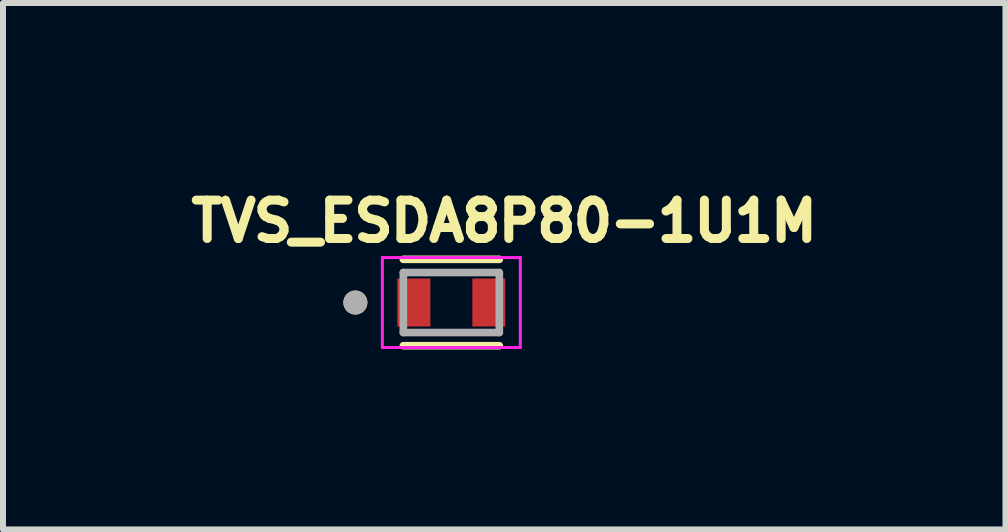
<source format=kicad_pcb>
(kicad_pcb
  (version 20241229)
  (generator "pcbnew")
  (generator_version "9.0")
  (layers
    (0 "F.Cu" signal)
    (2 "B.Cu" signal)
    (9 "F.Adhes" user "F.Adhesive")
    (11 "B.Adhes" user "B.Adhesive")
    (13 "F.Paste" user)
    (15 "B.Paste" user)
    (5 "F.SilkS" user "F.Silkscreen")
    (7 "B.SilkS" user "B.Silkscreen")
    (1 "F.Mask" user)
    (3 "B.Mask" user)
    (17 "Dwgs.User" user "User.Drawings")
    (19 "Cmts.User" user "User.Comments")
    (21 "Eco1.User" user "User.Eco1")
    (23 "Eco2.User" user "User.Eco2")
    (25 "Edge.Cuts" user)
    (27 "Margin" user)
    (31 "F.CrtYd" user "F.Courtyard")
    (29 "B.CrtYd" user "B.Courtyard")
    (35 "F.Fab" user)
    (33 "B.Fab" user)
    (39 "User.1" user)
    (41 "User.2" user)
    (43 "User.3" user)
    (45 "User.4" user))
  (footprint "TVS_ESDA8P80-1U1M"
    (layer "F.Cu")
    (at 4.475 1.994)
    (property "Reference" "TVS_ESDA8P80-1U1M" (at 0.882 -1.356 0) (layer "F.SilkS") (effects (font (size 0.64 0.64) (thickness 0.15))))
    (attr smd)
    (fp_line (start -0.8 -0.72) (end 0.8 -0.72) (stroke (width 0.127) (type solid)) (layer "F.SilkS"))
    (fp_line (start 0.8 0.72) (end -0.8 0.72) (stroke (width 0.127) (type solid)) (layer "F.SilkS"))
    (fp_circle (center -1.6 0) (end -1.5 0) (stroke (width 0.2) (type solid)) (fill no) (layer "F.SilkS"))
    (fp_poly (pts (xy -0.885 -0.38) (xy -0.365 -0.38) (xy -0.365 0.38) (xy -0.885 0.38)) (stroke (width 0.01) (type solid)) (fill yes) (layer "F.Paste"))
    (fp_poly (pts (xy 0.365 -0.38) (xy 0.885 -0.38) (xy 0.885 0.38) (xy 0.365 0.38)) (stroke (width 0.01) (type solid)) (fill yes) (layer "F.Paste"))
    (fp_line (start -1.15 -0.75) (end -1.15 0.75) (stroke (width 0.05) (type solid)) (layer "F.CrtYd"))
    (fp_line (start -1.15 0.75) (end 1.15 0.75) (stroke (width 0.05) (type solid)) (layer "F.CrtYd"))
    (fp_line (start 1.15 -0.75) (end -1.15 -0.75) (stroke (width 0.05) (type solid)) (layer "F.CrtYd"))
    (fp_line (start 1.15 0.75) (end 1.15 -0.75) (stroke (width 0.05) (type solid)) (layer "F.CrtYd"))
    (fp_line (start -0.8 -0.5) (end 0.8 -0.5) (stroke (width 0.127) (type solid)) (layer "F.Fab"))
    (fp_line (start -0.8 0.5) (end -0.8 -0.5) (stroke (width 0.127) (type solid)) (layer "F.Fab"))
    (fp_line (start 0.8 -0.5) (end 0.8 0.5) (stroke (width 0.127) (type solid)) (layer "F.Fab"))
    (fp_line (start 0.8 0.5) (end -0.8 0.5) (stroke (width 0.127) (type solid)) (layer "F.Fab"))
    (fp_circle (center -1.6 0) (end -1.5 0) (stroke (width 0.2) (type solid)) (fill no) (layer "F.Fab"))
    (pad "1" smd rect (at -0.625 0) (size 0.55 0.8) (layers "F.Cu" "F.Mask"))
    (pad "2" smd rect (at 0.625 0) (size 0.55 0.8) (layers "F.Cu" "F.Mask")))
  (gr_rect
    (start -3 -3)
    (end 13.714 5.778)
    (stroke (width 0.1) (type default))
    (fill no)
    (layer "Edge.Cuts")))
</source>
